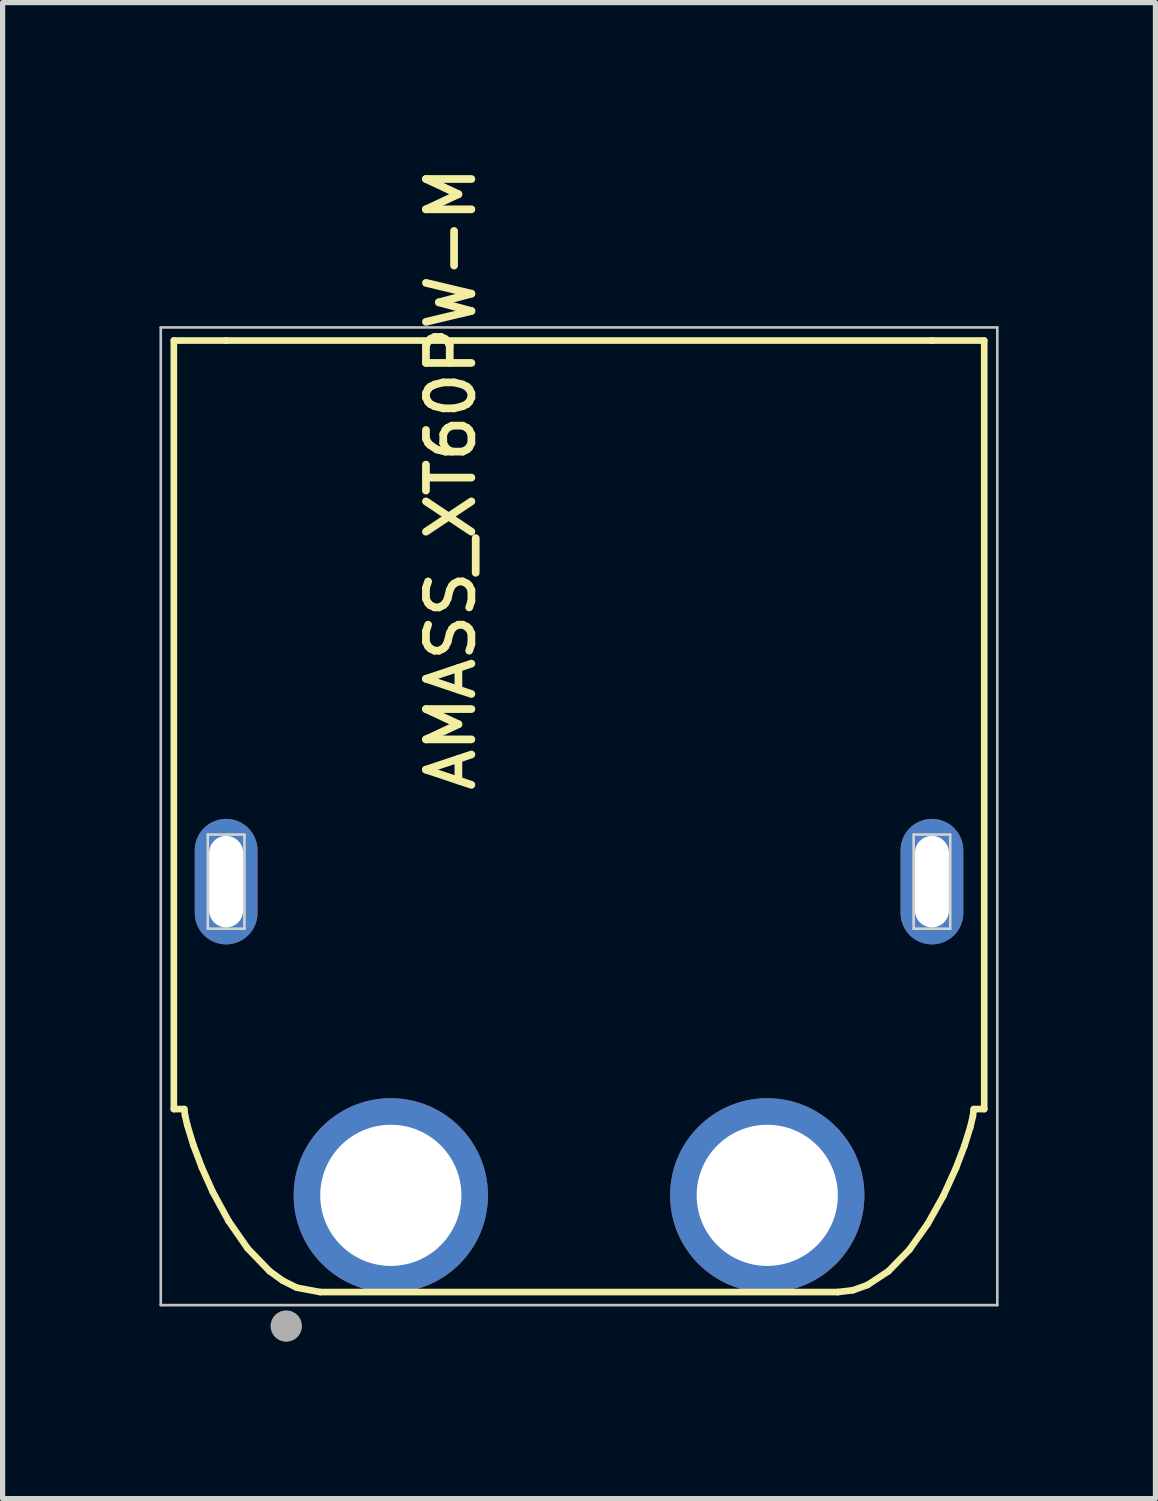
<source format=kicad_pcb>
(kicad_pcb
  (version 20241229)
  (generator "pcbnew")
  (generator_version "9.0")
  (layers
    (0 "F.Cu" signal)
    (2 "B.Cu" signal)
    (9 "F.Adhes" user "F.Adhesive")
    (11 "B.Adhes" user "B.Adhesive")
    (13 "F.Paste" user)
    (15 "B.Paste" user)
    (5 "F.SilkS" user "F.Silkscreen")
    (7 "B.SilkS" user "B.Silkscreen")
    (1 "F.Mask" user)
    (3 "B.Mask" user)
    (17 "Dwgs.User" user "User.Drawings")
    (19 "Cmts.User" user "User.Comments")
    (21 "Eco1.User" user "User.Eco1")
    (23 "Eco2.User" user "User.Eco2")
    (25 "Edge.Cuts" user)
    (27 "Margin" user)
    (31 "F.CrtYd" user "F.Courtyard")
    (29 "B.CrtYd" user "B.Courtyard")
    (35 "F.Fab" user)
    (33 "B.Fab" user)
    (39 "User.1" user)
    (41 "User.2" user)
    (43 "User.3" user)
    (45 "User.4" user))
  (footprint "AMASS_XT60PW-M"
    (layer "F.Cu")
    (at 8.025 13.813)
    (property "Reference" "AMASS_XT60PW-M" (at -1.945 -1.672 270) (layer "F.SilkS") (effects (font (size 0.869 0.869) (thickness 0.148)) (justify left bottom)))
    (attr through_hole)
    (fp_line (start -7.75 -10.35) (end -7.75 4.35) (stroke (width 0.127) (type solid)) (layer "F.SilkS"))
    (fp_line (start -7.75 -10.35) (end -6.75 -10.35) (stroke (width 0.127) (type solid)) (layer "F.SilkS"))
    (fp_line (start -7.75 4.35) (end -7.55 4.35) (stroke (width 0.127) (type solid)) (layer "F.SilkS"))
    (fp_line (start -7.55 4.35) (end -7.536 4.47) (stroke (width 0.127) (type solid)) (layer "F.SilkS"))
    (fp_line (start -7.536 4.47) (end -7.494 4.654) (stroke (width 0.127) (type solid)) (layer "F.SilkS"))
    (fp_line (start -7.494 4.654) (end -7.374 5.045) (stroke (width 0.127) (type solid)) (layer "F.SilkS"))
    (fp_line (start -7.374 5.045) (end -7.214 5.469) (stroke (width 0.127) (type solid)) (layer "F.SilkS"))
    (fp_line (start -7.214 5.469) (end -7.007 5.932) (stroke (width 0.127) (type solid)) (layer "F.SilkS"))
    (fp_line (start -7.007 5.932) (end -6.702 6.492) (stroke (width 0.127) (type solid)) (layer "F.SilkS"))
    (fp_line (start -6.75 -10.35) (end 6.75 -10.35) (stroke (width 0.127) (type solid)) (layer "F.SilkS"))
    (fp_line (start -6.702 6.492) (end -6.338 7.016) (stroke (width 0.127) (type solid)) (layer "F.SilkS"))
    (fp_line (start -6.338 7.016) (end -5.919 7.45) (stroke (width 0.127) (type solid)) (layer "F.SilkS"))
    (fp_line (start -5.919 7.45) (end -5.666 7.633) (stroke (width 0.127) (type solid)) (layer "F.SilkS"))
    (fp_line (start -5.666 7.633) (end -5.399 7.766) (stroke (width 0.127) (type solid)) (layer "F.SilkS"))
    (fp_line (start -5.399 7.766) (end -4.95 7.85) (stroke (width 0.127) (type solid)) (layer "F.SilkS"))
    (fp_line (start -4.95 7.85) (end 4.95 7.85) (stroke (width 0.127) (type solid)) (layer "F.SilkS"))
    (fp_line (start 4.95 7.85) (end 5.24 7.815) (stroke (width 0.127) (type solid)) (layer "F.SilkS"))
    (fp_line (start 5.24 7.815) (end 5.515 7.716) (stroke (width 0.127) (type solid)) (layer "F.SilkS"))
    (fp_line (start 5.515 7.716) (end 5.919 7.45) (stroke (width 0.127) (type solid)) (layer "F.SilkS"))
    (fp_line (start 5.919 7.45) (end 6.32 7.038) (stroke (width 0.127) (type solid)) (layer "F.SilkS"))
    (fp_line (start 6.32 7.038) (end 6.671 6.542) (stroke (width 0.127) (type solid)) (layer "F.SilkS"))
    (fp_line (start 6.671 6.542) (end 6.969 6.008) (stroke (width 0.127) (type solid)) (layer "F.SilkS"))
    (fp_line (start 6.969 6.008) (end 7.209 5.48) (stroke (width 0.127) (type solid)) (layer "F.SilkS"))
    (fp_line (start 7.209 5.48) (end 7.371 5.055) (stroke (width 0.127) (type solid)) (layer "F.SilkS"))
    (fp_line (start 7.371 5.055) (end 7.482 4.699) (stroke (width 0.127) (type solid)) (layer "F.SilkS"))
    (fp_line (start 7.482 4.699) (end 7.533 4.487) (stroke (width 0.127) (type solid)) (layer "F.SilkS"))
    (fp_line (start 7.533 4.487) (end 7.55 4.35) (stroke (width 0.127) (type solid)) (layer "F.SilkS"))
    (fp_line (start 7.75 -10.35) (end 6.75 -10.35) (stroke (width 0.127) (type solid)) (layer "F.SilkS"))
    (fp_line (start 7.75 4.35) (end 7.55 4.35) (stroke (width 0.127) (type solid)) (layer "F.SilkS"))
    (fp_line (start 7.75 4.35) (end 7.75 -10.35) (stroke (width 0.127) (type solid)) (layer "F.SilkS"))
    (fp_line (start -8 -10.6) (end 8 -10.6) (stroke (width 0.05) (type solid)) (layer "Dwgs.User"))
    (fp_line (start -8 8.1) (end -8 -10.6) (stroke (width 0.05) (type solid)) (layer "Dwgs.User"))
    (fp_line (start 8 -10.6) (end 8 8.1) (stroke (width 0.05) (type solid)) (layer "Dwgs.User"))
    (fp_line (start 8 8.1) (end -8 8.1) (stroke (width 0.05) (type solid)) (layer "Dwgs.User"))
    (fp_line (start -7.1 -0.9) (end -6.4 -0.9) (stroke (width 0.05) (type solid)) (layer "Edge.Cuts"))
    (fp_line (start -7.1 0.9) (end -7.1 -0.9) (stroke (width 0.05) (type solid)) (layer "Edge.Cuts"))
    (fp_line (start -6.4 -0.9) (end -6.4 0.9) (stroke (width 0.05) (type solid)) (layer "Edge.Cuts"))
    (fp_line (start -6.4 0.9) (end -7.1 0.9) (stroke (width 0.05) (type solid)) (layer "Edge.Cuts"))
    (fp_line (start 6.4 -0.9) (end 7.1 -0.9) (stroke (width 0.05) (type solid)) (layer "Edge.Cuts"))
    (fp_line (start 6.4 0.9) (end 6.4 -0.9) (stroke (width 0.05) (type solid)) (layer "Edge.Cuts"))
    (fp_line (start 7.1 -0.9) (end 7.1 0.9) (stroke (width 0.05) (type solid)) (layer "Edge.Cuts"))
    (fp_line (start 7.1 0.9) (end 6.4 0.9) (stroke (width 0.05) (type solid)) (layer "Edge.Cuts"))
    (fp_circle (center -5.6 8.5) (end -5.45 8.5) (stroke (width 0.3) (type solid)) (fill no) (layer "F.Fab"))
    (pad "1" thru_hole circle (at -3.6 6) (size 3.716 3.716) (drill 2.7) (layers "*.Cu" "*.Mask"))
    (pad "2" thru_hole circle (at 3.6 6) (size 3.716 3.716) (drill 2.7) (layers "*.Cu" "*.Mask"))
    (pad "S1" thru_hole oval (at -6.75 0 90) (size 2.4 1.2) (drill oval 1.75 0.65) (layers "*.Cu" "*.Mask"))
    (pad "S2" thru_hole oval (at 6.75 0 90) (size 2.4 1.2) (drill oval 1.75 0.65) (layers "*.Cu" "*.Mask")))
  (gr_rect
    (start -3 -3)
    (end 19.05 25.613)
    (stroke (width 0.1) (type default))
    (fill no)
    (layer "Edge.Cuts")))
</source>
